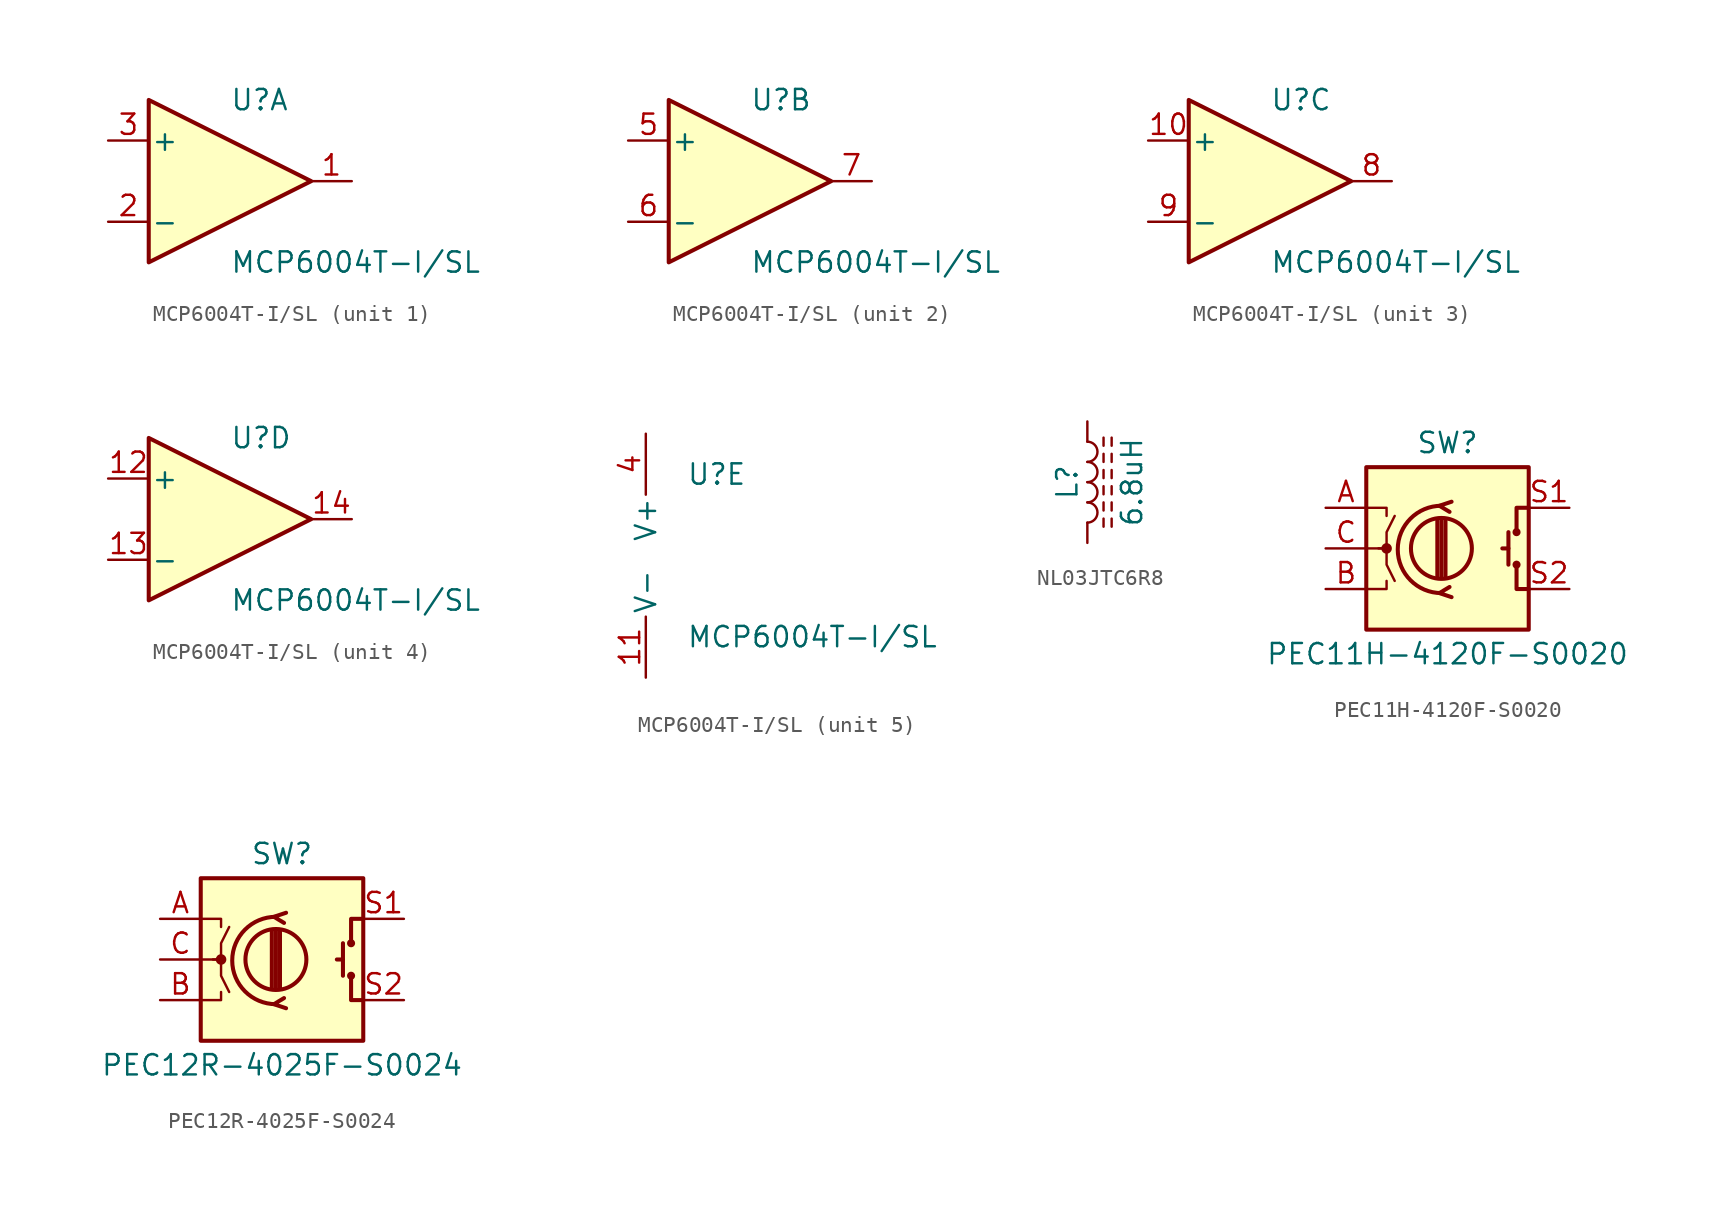
<source format=kicad_sym>
(kicad_symbol_lib
  (version 20220914)
  (generator kicad_symbol_editor)
  (symbol "MCP6004T-I/SL"
    (pin_names
      (offset 0.127))
    (property "Reference" "U"
      (at 0 5.08 0)
      (effects (font (size 1.27 1.27)) (justify left)))
    (property "Value" "MCP6004T-I/SL"
      (at 0 -5.08 0)
      (effects (font (size 1.27 1.27)) (justify left)))
    (property "ki_locked" ""
      (at 0 0 0)
      (effects (font (size 1.27 1.27))))
    (symbol "MCP6004T-I/SL_1_1"
      (polyline (pts (xy -5.08 5.08) (xy 5.08 0) (xy -5.08 -5.08) (xy -5.08 5.08)) (stroke (width 0.254) (type default)) (fill (type background)))
      (pin output line (at 7.62 0 180) (length 2.54) (name "~" (effects (font (size 1.27 1.27)))) (number "1" (effects (font (size 1.27 1.27)))))
      (pin input line (at -7.62 -2.54 0) (length 2.54) (name "-" (effects (font (size 1.27 1.27)))) (number "2" (effects (font (size 1.27 1.27)))))
      (pin input line (at -7.62 2.54 0) (length 2.54) (name "+" (effects (font (size 1.27 1.27)))) (number "3" (effects (font (size 1.27 1.27))))))
    (symbol "MCP6004T-I/SL_2_1"
      (polyline (pts (xy -5.08 5.08) (xy 5.08 0) (xy -5.08 -5.08) (xy -5.08 5.08)) (stroke (width 0.254) (type default)) (fill (type background)))
      (pin input line (at -7.62 2.54 0) (length 2.54) (name "+" (effects (font (size 1.27 1.27)))) (number "5" (effects (font (size 1.27 1.27)))))
      (pin input line (at -7.62 -2.54 0) (length 2.54) (name "-" (effects (font (size 1.27 1.27)))) (number "6" (effects (font (size 1.27 1.27)))))
      (pin output line (at 7.62 0 180) (length 2.54) (name "~" (effects (font (size 1.27 1.27)))) (number "7" (effects (font (size 1.27 1.27))))))
    (symbol "MCP6004T-I/SL_3_1"
      (polyline (pts (xy -5.08 5.08) (xy 5.08 0) (xy -5.08 -5.08) (xy -5.08 5.08)) (stroke (width 0.254) (type default)) (fill (type background)))
      (pin input line (at -7.62 2.54 0) (length 2.54) (name "+" (effects (font (size 1.27 1.27)))) (number "10" (effects (font (size 1.27 1.27)))))
      (pin output line (at 7.62 0 180) (length 2.54) (name "~" (effects (font (size 1.27 1.27)))) (number "8" (effects (font (size 1.27 1.27)))))
      (pin input line (at -7.62 -2.54 0) (length 2.54) (name "-" (effects (font (size 1.27 1.27)))) (number "9" (effects (font (size 1.27 1.27))))))
    (symbol "MCP6004T-I/SL_4_1"
      (polyline (pts (xy -5.08 5.08) (xy 5.08 0) (xy -5.08 -5.08) (xy -5.08 5.08)) (stroke (width 0.254) (type default)) (fill (type background)))
      (pin input line (at -7.62 2.54 0) (length 2.54) (name "+" (effects (font (size 1.27 1.27)))) (number "12" (effects (font (size 1.27 1.27)))))
      (pin input line (at -7.62 -2.54 0) (length 2.54) (name "-" (effects (font (size 1.27 1.27)))) (number "13" (effects (font (size 1.27 1.27)))))
      (pin output line (at 7.62 0 180) (length 2.54) (name "~" (effects (font (size 1.27 1.27)))) (number "14" (effects (font (size 1.27 1.27))))))
    (symbol "MCP6004T-I/SL_5_1"
      (pin power_in line (at -2.54 -7.62 90) (length 3.81) (name "V-" (effects (font (size 1.27 1.27)))) (number "11" (effects (font (size 1.27 1.27)))))
      (pin power_in line (at -2.54 7.62 270) (length 3.81) (name "V+" (effects (font (size 1.27 1.27)))) (number "4" (effects (font (size 1.27 1.27)))))))
  (symbol "NL03JTC6R8"
    (pin_numbers hide)
    (pin_names
      (offset 1.016) hide)
    (property "Reference" "L"
      (at -1.27 0 90)
      (effects (font (size 1.27 1.27))))
    (property "Value" "6.8uH"
      (at 2.794 0 90)
      (effects (font (size 1.27 1.27))))
    (symbol "NL03JTC6R8_0_1"
      (arc (start 0 -2.54) (mid 0.6323 -1.905) (end 0 -1.27) (stroke (width 0) (type default)) (fill (type none)))
      (arc (start 0 -1.27) (mid 0.6323 -0.635) (end 0 0) (stroke (width 0) (type default)) (fill (type none)))
      (polyline (pts (xy 1.016 -2.794) (xy 1.016 -2.286)) (stroke (width 0) (type default)) (fill (type none)))
      (polyline (pts (xy 1.016 -1.778) (xy 1.016 -1.27)) (stroke (width 0) (type default)) (fill (type none)))
      (polyline (pts (xy 1.016 -0.762) (xy 1.016 -0.254)) (stroke (width 0) (type default)) (fill (type none)))
      (polyline (pts (xy 1.016 0.254) (xy 1.016 0.762)) (stroke (width 0) (type default)) (fill (type none)))
      (polyline (pts (xy 1.016 1.27) (xy 1.016 1.778)) (stroke (width 0) (type default)) (fill (type none)))
      (polyline (pts (xy 1.016 2.286) (xy 1.016 2.794)) (stroke (width 0) (type default)) (fill (type none)))
      (polyline (pts (xy 1.524 -2.286) (xy 1.524 -2.794)) (stroke (width 0) (type default)) (fill (type none)))
      (polyline (pts (xy 1.524 -1.27) (xy 1.524 -1.778)) (stroke (width 0) (type default)) (fill (type none)))
      (polyline (pts (xy 1.524 -0.254) (xy 1.524 -0.762)) (stroke (width 0) (type default)) (fill (type none)))
      (polyline (pts (xy 1.524 0.762) (xy 1.524 0.254)) (stroke (width 0) (type default)) (fill (type none)))
      (polyline (pts (xy 1.524 1.778) (xy 1.524 1.27)) (stroke (width 0) (type default)) (fill (type none)))
      (polyline (pts (xy 1.524 2.794) (xy 1.524 2.286)) (stroke (width 0) (type default)) (fill (type none)))
      (arc (start 0 0) (mid 0.6323 0.635) (end 0 1.27) (stroke (width 0) (type default)) (fill (type none)))
      (arc (start 0 1.27) (mid 0.6323 1.905) (end 0 2.54) (stroke (width 0) (type default)) (fill (type none))))
    (symbol "NL03JTC6R8_1_1"
      (pin passive line (at 0 3.81 270) (length 1.27) (name "1" (effects (font (size 1.27 1.27)))) (number "1" (effects (font (size 1.27 1.27)))))
      (pin passive line (at 0 -3.81 90) (length 1.27) (name "2" (effects (font (size 1.27 1.27)))) (number "2" (effects (font (size 1.27 1.27)))))))
  (symbol "PEC11H-4120F-S0020"
    (pin_names
      (offset 0.254) hide)
    (property "Reference" "SW"
      (at 0 6.604 0)
      (effects (font (size 1.27 1.27))))
    (property "Value" "PEC11H-4120F-S0020"
      (at 0 -6.604 0)
      (effects (font (size 1.27 1.27))))
    (symbol "PEC11H-4120F-S0020_0_1"
      (rectangle (start -5.08 5.08) (end 5.08 -5.08) (stroke (width 0.254) (type default)) (fill (type background)))
      (circle (center -3.81 0) (radius 0.254) (stroke (width 0) (type default)) (fill (type outline)))
      (circle (center -0.381 0) (radius 1.905) (stroke (width 0.254) (type default)) (fill (type none)))
      (arc (start -0.381 2.667) (mid -3.0988 -0.0635) (end -0.381 -2.794) (stroke (width 0.254) (type default)) (fill (type none)))
      (polyline (pts (xy -0.635 -1.778) (xy -0.635 1.778)) (stroke (width 0.254) (type default)) (fill (type none)))
      (polyline (pts (xy -0.381 -1.778) (xy -0.381 1.778)) (stroke (width 0.254) (type default)) (fill (type none)))
      (polyline (pts (xy -0.127 1.778) (xy -0.127 -1.778)) (stroke (width 0.254) (type default)) (fill (type none)))
      (polyline (pts (xy 3.81 0) (xy 3.429 0)) (stroke (width 0.254) (type default)) (fill (type none)))
      (polyline (pts (xy 3.81 1.016) (xy 3.81 -1.016)) (stroke (width 0.254) (type default)) (fill (type none)))
      (polyline (pts (xy -5.08 -2.54) (xy -3.81 -2.54) (xy -3.81 -2.032)) (stroke (width 0) (type default)) (fill (type none)))
      (polyline (pts (xy -5.08 2.54) (xy -3.81 2.54) (xy -3.81 2.032)) (stroke (width 0) (type default)) (fill (type none)))
      (polyline (pts (xy 0.254 -3.048) (xy -0.508 -2.794) (xy 0.127 -2.413)) (stroke (width 0.254) (type default)) (fill (type none)))
      (polyline (pts (xy 0.254 2.921) (xy -0.508 2.667) (xy 0.127 2.286)) (stroke (width 0.254) (type default)) (fill (type none)))
      (polyline (pts (xy 5.08 -2.54) (xy 4.318 -2.54) (xy 4.318 -1.016)) (stroke (width 0.254) (type default)) (fill (type none)))
      (polyline (pts (xy 5.08 2.54) (xy 4.318 2.54) (xy 4.318 1.016)) (stroke (width 0.254) (type default)) (fill (type none)))
      (polyline (pts (xy -5.08 0) (xy -3.81 0) (xy -3.81 -1.016) (xy -3.302 -2.032)) (stroke (width 0) (type default)) (fill (type none)))
      (polyline (pts (xy -4.318 0) (xy -3.81 0) (xy -3.81 1.016) (xy -3.302 2.032)) (stroke (width 0) (type default)) (fill (type none)))
      (circle (center 4.318 -1.016) (radius 0.127) (stroke (width 0.254) (type default)) (fill (type none)))
      (circle (center 4.318 1.016) (radius 0.127) (stroke (width 0.254) (type default)) (fill (type none))))
    (symbol "PEC11H-4120F-S0020_1_1"
      (pin passive line (at -7.62 2.54 0) (length 2.54) (name "A" (effects (font (size 1.27 1.27)))) (number "A" (effects (font (size 1.27 1.27)))))
      (pin passive line (at -7.62 -2.54 0) (length 2.54) (name "B" (effects (font (size 1.27 1.27)))) (number "B" (effects (font (size 1.27 1.27)))))
      (pin passive line (at -7.62 0 0) (length 2.54) (name "C" (effects (font (size 1.27 1.27)))) (number "C" (effects (font (size 1.27 1.27)))))
      (pin passive line (at 7.62 2.54 180) (length 2.54) (name "S1" (effects (font (size 1.27 1.27)))) (number "S1" (effects (font (size 1.27 1.27)))))
      (pin passive line (at 7.62 -2.54 180) (length 2.54) (name "S2" (effects (font (size 1.27 1.27)))) (number "S2" (effects (font (size 1.27 1.27)))))))
  (symbol "PEC12R-4025F-S0024"
    (pin_names
      (offset 0.254) hide)
    (property "Reference" "SW"
      (at 0 6.604 0)
      (effects (font (size 1.27 1.27))))
    (property "Value" "PEC12R-4025F-S0024"
      (at 0 -6.604 0)
      (effects (font (size 1.27 1.27))))
    (symbol "PEC12R-4025F-S0024_0_1"
      (rectangle (start -5.08 5.08) (end 5.08 -5.08) (stroke (width 0.254) (type default)) (fill (type background)))
      (circle (center -3.81 0) (radius 0.254) (stroke (width 0) (type default)) (fill (type outline)))
      (circle (center -0.381 0) (radius 1.905) (stroke (width 0.254) (type default)) (fill (type none)))
      (arc (start -0.381 2.667) (mid -3.0988 -0.0635) (end -0.381 -2.794) (stroke (width 0.254) (type default)) (fill (type none)))
      (polyline (pts (xy -0.635 -1.778) (xy -0.635 1.778)) (stroke (width 0.254) (type default)) (fill (type none)))
      (polyline (pts (xy -0.381 -1.778) (xy -0.381 1.778)) (stroke (width 0.254) (type default)) (fill (type none)))
      (polyline (pts (xy -0.127 1.778) (xy -0.127 -1.778)) (stroke (width 0.254) (type default)) (fill (type none)))
      (polyline (pts (xy 3.81 0) (xy 3.429 0)) (stroke (width 0.254) (type default)) (fill (type none)))
      (polyline (pts (xy 3.81 1.016) (xy 3.81 -1.016)) (stroke (width 0.254) (type default)) (fill (type none)))
      (polyline (pts (xy -5.08 -2.54) (xy -3.81 -2.54) (xy -3.81 -2.032)) (stroke (width 0) (type default)) (fill (type none)))
      (polyline (pts (xy -5.08 2.54) (xy -3.81 2.54) (xy -3.81 2.032)) (stroke (width 0) (type default)) (fill (type none)))
      (polyline (pts (xy 0.254 -3.048) (xy -0.508 -2.794) (xy 0.127 -2.413)) (stroke (width 0.254) (type default)) (fill (type none)))
      (polyline (pts (xy 0.254 2.921) (xy -0.508 2.667) (xy 0.127 2.286)) (stroke (width 0.254) (type default)) (fill (type none)))
      (polyline (pts (xy 5.08 -2.54) (xy 4.318 -2.54) (xy 4.318 -1.016)) (stroke (width 0.254) (type default)) (fill (type none)))
      (polyline (pts (xy 5.08 2.54) (xy 4.318 2.54) (xy 4.318 1.016)) (stroke (width 0.254) (type default)) (fill (type none)))
      (polyline (pts (xy -5.08 0) (xy -3.81 0) (xy -3.81 -1.016) (xy -3.302 -2.032)) (stroke (width 0) (type default)) (fill (type none)))
      (polyline (pts (xy -4.318 0) (xy -3.81 0) (xy -3.81 1.016) (xy -3.302 2.032)) (stroke (width 0) (type default)) (fill (type none)))
      (circle (center 4.318 -1.016) (radius 0.127) (stroke (width 0.254) (type default)) (fill (type none)))
      (circle (center 4.318 1.016) (radius 0.127) (stroke (width 0.254) (type default)) (fill (type none))))
    (symbol "PEC12R-4025F-S0024_1_1"
      (pin passive line (at -7.62 2.54 0) (length 2.54) (name "A" (effects (font (size 1.27 1.27)))) (number "A" (effects (font (size 1.27 1.27)))))
      (pin passive line (at -7.62 -2.54 0) (length 2.54) (name "B" (effects (font (size 1.27 1.27)))) (number "B" (effects (font (size 1.27 1.27)))))
      (pin passive line (at -7.62 0 0) (length 2.54) (name "C" (effects (font (size 1.27 1.27)))) (number "C" (effects (font (size 1.27 1.27)))))
      (pin passive line (at 7.62 2.54 180) (length 2.54) (name "S1" (effects (font (size 1.27 1.27)))) (number "S1" (effects (font (size 1.27 1.27)))))
      (pin passive line (at 7.62 -2.54 180) (length 2.54) (name "S2" (effects (font (size 1.27 1.27)))) (number "S2" (effects (font (size 1.27 1.27))))))))
</source>
